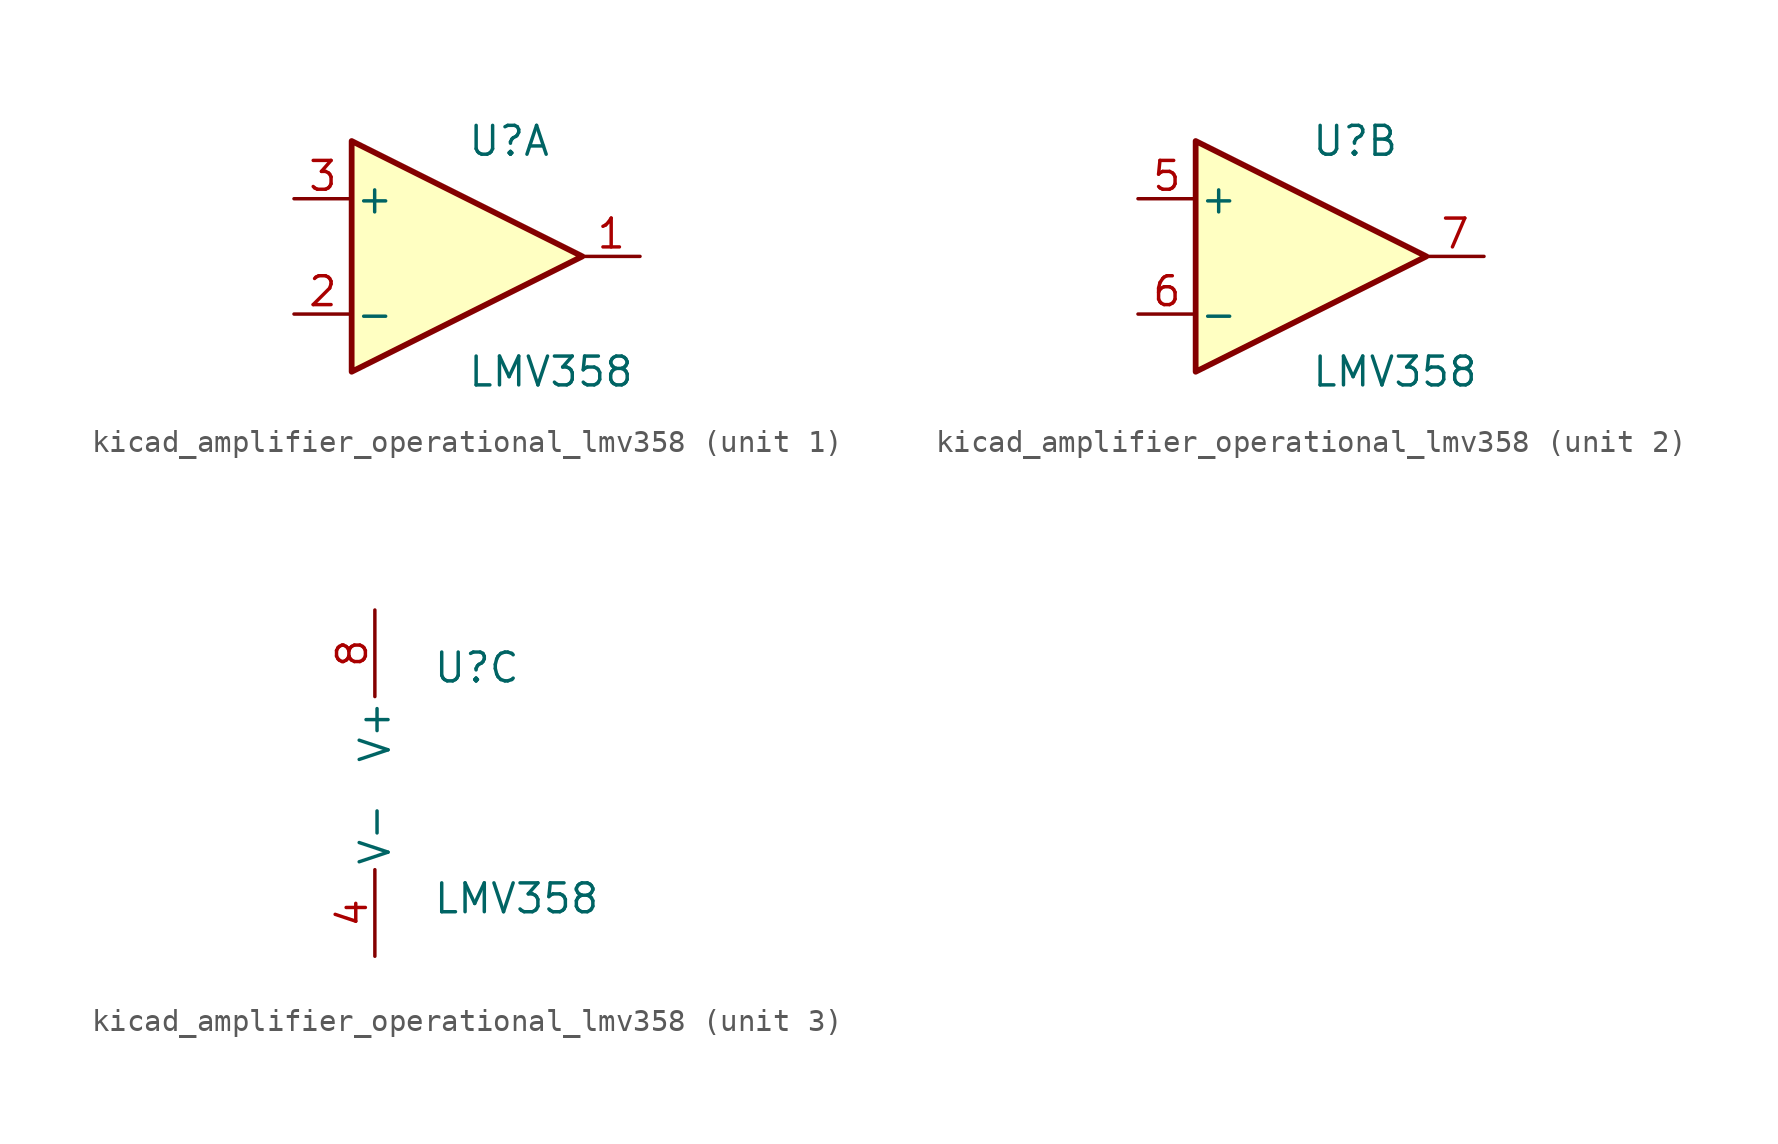
<source format=kicad_sym>
(kicad_symbol_lib
  (version 20220914)
  (generator kicad_symbol_editor)
  (symbol "kicad_amplifier_operational_lmv358"
    (pin_names
      (offset 0.127))
    (property "Reference" "U"
      (at 0 5.08 0)
      (effects (font (size 1.27 1.27)) (justify left)))
    (property "Value" "LMV358"
      (at 0 -5.08 0)
      (effects (font (size 1.27 1.27)) (justify left)))
    (property "ki_locked" ""
      (at 0 0 0)
      (effects (font (size 1.27 1.27))))
    (symbol "kicad_amplifier_operational_lmv358_1_1"
      (polyline (pts (xy -5.08 5.08) (xy 5.08 0) (xy -5.08 -5.08) (xy -5.08 5.08)) (stroke (width 0.254) (type default)) (fill (type background)))
      (pin output line (at 7.62 0 180) (length 2.54) (name "~" (effects (font (size 1.27 1.27)))) (number "1" (effects (font (size 1.27 1.27)))))
      (pin input line (at -7.62 -2.54 0) (length 2.54) (name "-" (effects (font (size 1.27 1.27)))) (number "2" (effects (font (size 1.27 1.27)))))
      (pin input line (at -7.62 2.54 0) (length 2.54) (name "+" (effects (font (size 1.27 1.27)))) (number "3" (effects (font (size 1.27 1.27))))))
    (symbol "kicad_amplifier_operational_lmv358_2_1"
      (polyline (pts (xy -5.08 5.08) (xy 5.08 0) (xy -5.08 -5.08) (xy -5.08 5.08)) (stroke (width 0.254) (type default)) (fill (type background)))
      (pin input line (at -7.62 2.54 0) (length 2.54) (name "+" (effects (font (size 1.27 1.27)))) (number "5" (effects (font (size 1.27 1.27)))))
      (pin input line (at -7.62 -2.54 0) (length 2.54) (name "-" (effects (font (size 1.27 1.27)))) (number "6" (effects (font (size 1.27 1.27)))))
      (pin output line (at 7.62 0 180) (length 2.54) (name "~" (effects (font (size 1.27 1.27)))) (number "7" (effects (font (size 1.27 1.27))))))
    (symbol "kicad_amplifier_operational_lmv358_3_1"
      (pin power_in line (at -2.54 -7.62 90) (length 3.81) (name "V-" (effects (font (size 1.27 1.27)))) (number "4" (effects (font (size 1.27 1.27)))))
      (pin power_in line (at -2.54 7.62 270) (length 3.81) (name "V+" (effects (font (size 1.27 1.27)))) (number "8" (effects (font (size 1.27 1.27))))))))
</source>
